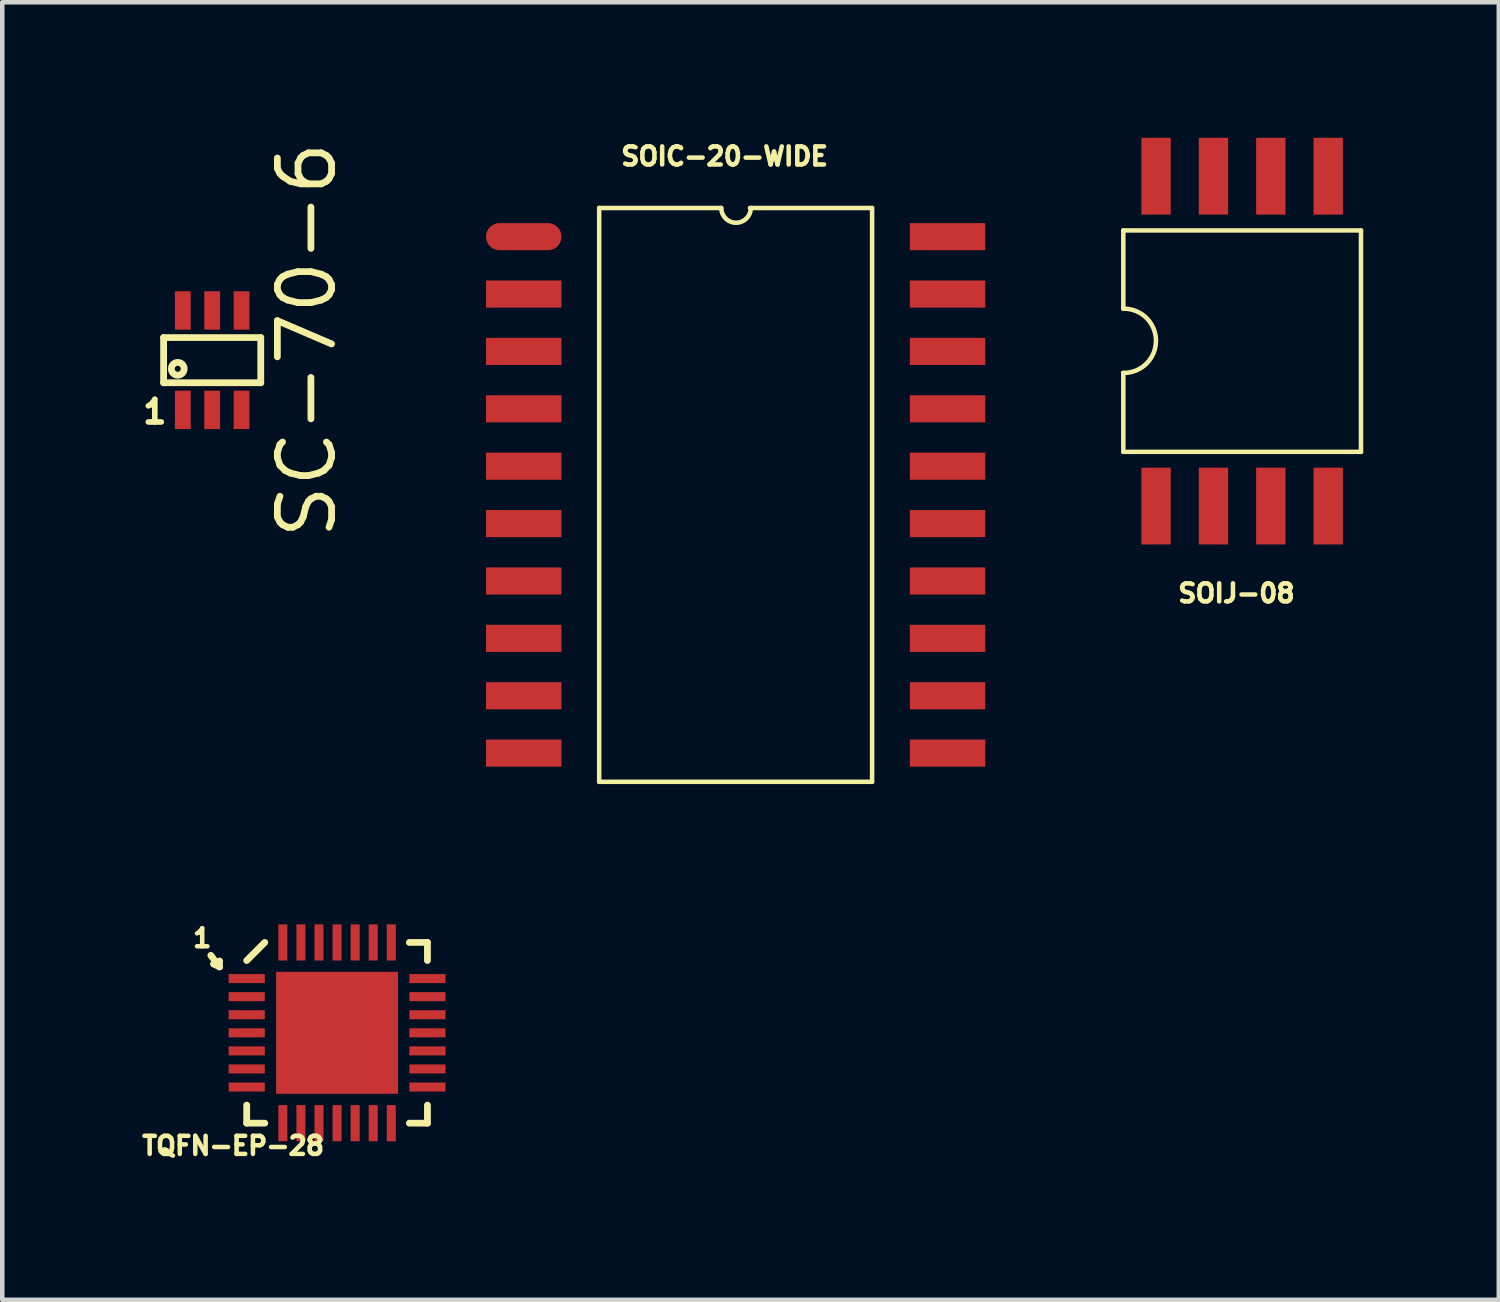
<source format=kicad_pcb>
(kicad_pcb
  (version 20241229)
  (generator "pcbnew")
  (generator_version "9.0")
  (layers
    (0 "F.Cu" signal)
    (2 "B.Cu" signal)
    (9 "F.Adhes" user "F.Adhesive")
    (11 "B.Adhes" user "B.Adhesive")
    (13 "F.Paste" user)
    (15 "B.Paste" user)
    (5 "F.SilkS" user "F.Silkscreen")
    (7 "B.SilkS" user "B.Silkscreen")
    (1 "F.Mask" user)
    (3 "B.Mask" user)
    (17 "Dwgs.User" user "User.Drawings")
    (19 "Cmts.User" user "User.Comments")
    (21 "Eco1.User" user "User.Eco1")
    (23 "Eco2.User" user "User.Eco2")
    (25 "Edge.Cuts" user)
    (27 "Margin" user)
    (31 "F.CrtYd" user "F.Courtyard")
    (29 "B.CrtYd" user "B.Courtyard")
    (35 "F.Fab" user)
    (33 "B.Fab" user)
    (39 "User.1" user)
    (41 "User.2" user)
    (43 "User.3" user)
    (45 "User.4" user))
  (footprint "SOIJ-08"
    (layer "F.Cu")
    (at 22.536 8.15)
    (property "Reference" "SOIJ-08" (at 1.778 1.93 0) (layer "F.SilkS") (effects (font (size 0.4 0.4) (thickness 0.1))))
    (attr through_hole)
    (fp_line (start -0.725 -6.1) (end 4.535 -6.1) (stroke (width 0.1) (type solid)) (layer "F.SilkS"))
    (fp_line (start -0.725 -4.369) (end -0.725 -6.1) (stroke (width 0.1) (type solid)) (layer "F.SilkS"))
    (fp_line (start -0.725 -1.2) (end -0.725 -2.946) (stroke (width 0.1) (type solid)) (layer "F.SilkS"))
    (fp_line (start -0.725 -1.2) (end 4.535 -1.2) (stroke (width 0.1) (type solid)) (layer "F.SilkS"))
    (fp_line (start 4.535 -1.2) (end 4.535 -6.1) (stroke (width 0.1) (type solid)) (layer "F.SilkS"))
    (fp_arc (start -0.725 -4.3688) (mid 0.00013 -3.655261) (end -0.729676 -2.946506) (stroke (width 0.1) (type solid)) (layer "F.SilkS"))
    (pad "1" smd rect (at 0 0) (size 0.65 1.7) (layers "F.Cu" "F.Mask" "F.Paste"))
    (pad "2" smd rect (at 1.27 0) (size 0.65 1.7) (layers "F.Cu" "F.Mask" "F.Paste"))
    (pad "3" smd rect (at 2.54 0) (size 0.65 1.7) (layers "F.Cu" "F.Mask" "F.Paste"))
    (pad "4" smd rect (at 3.81 0) (size 0.65 1.7) (layers "F.Cu" "F.Mask" "F.Paste"))
    (pad "5" smd rect (at 3.81 -7.3) (size 0.65 1.7) (layers "F.Cu" "F.Mask" "F.Paste"))
    (pad "6" smd rect (at 2.54 -7.3) (size 0.65 1.7) (layers "F.Cu" "F.Mask" "F.Paste"))
    (pad "7" smd rect (at 1.27 -7.3) (size 0.65 1.7) (layers "F.Cu" "F.Mask" "F.Paste"))
    (pad "8" smd rect (at 0 -7.3) (size 0.65 1.7) (layers "F.Cu" "F.Mask" "F.Paste")))
  (footprint "SC-70-6"
    (layer "F.Cu")
    (at 1.646 4.921)
    (property "Reference" "SC-70-6" (at 2.095 -0.445 90) (layer "F.SilkS") (effects (font (size 1.2 1.2) (thickness 0.15))))
    (attr through_hole)
    (fp_line (start -1.075 -0.5) (end -1.075 0.5) (stroke (width 0.15) (type solid)) (layer "F.SilkS"))
    (fp_line (start -1.075 -0.5) (end 1.075 -0.5) (stroke (width 0.15) (type solid)) (layer "F.SilkS"))
    (fp_line (start -1.075 0.5) (end 1.075 0.5) (stroke (width 0.15) (type solid)) (layer "F.SilkS"))
    (fp_line (start 1.075 0.5) (end 1.075 -0.5) (stroke (width 0.15) (type solid)) (layer "F.SilkS"))
    (fp_circle (center -0.762 0.191) (end -0.699 0.064) (stroke (width 0.15) (type solid)) (fill no) (layer "F.SilkS"))
    (fp_text user "1" (at -1.27 1.143 0) (layer "F.SilkS") (effects (font (size 0.5 0.5) (thickness 0.125))))
    (pad "1" smd rect (at -0.65 1.1) (size 0.35 0.85) (layers "F.Cu" "F.Mask" "F.Paste"))
    (pad "2" smd rect (at 0 1.1) (size 0.35 0.85) (layers "F.Cu" "F.Mask" "F.Paste"))
    (pad "3" smd rect (at 0.65 1.1) (size 0.35 0.85) (layers "F.Cu" "F.Mask" "F.Paste"))
    (pad "4" smd rect (at 0.65 -1.1) (size 0.35 0.85) (layers "F.Cu" "F.Mask" "F.Paste"))
    (pad "5" smd rect (at 0 -1.1) (size 0.35 0.85) (layers "F.Cu" "F.Mask" "F.Paste"))
    (pad "6" smd rect (at -0.65 -1.1) (size 0.35 0.85) (layers "F.Cu" "F.Mask" "F.Paste")))
  (footprint "SOIC-20-WIDE"
    (layer "F.Cu")
    (at 8.541 2.188)
    (property "Reference" "SOIC-20-WIDE" (at 4.445 -1.778 0) (layer "F.SilkS") (effects (font (size 0.4 0.4) (thickness 0.1))))
    (attr through_hole)
    (fp_line (start 1.67 -0.635) (end 4.372 -0.635) (stroke (width 0.1) (type solid)) (layer "F.SilkS"))
    (fp_line (start 1.67 12.065) (end 1.67 -0.635) (stroke (width 0.1) (type solid)) (layer "F.SilkS"))
    (fp_line (start 1.67 12.065) (end 7.71 12.065) (stroke (width 0.1) (type solid)) (layer "F.SilkS"))
    (fp_line (start 5.007 -0.635) (end 7.71 -0.635) (stroke (width 0.1) (type solid)) (layer "F.SilkS"))
    (fp_line (start 7.71 12.065) (end 7.71 -0.635) (stroke (width 0.1) (type solid)) (layer "F.SilkS"))
    (fp_arc (start 5.026 -0.635) (mid 4.699 -0.308) (end 4.372 -0.635) (stroke (width 0.1) (type solid)) (layer "F.SilkS"))
    (pad "1" smd oval (at 0 0) (size 1.67 0.6) (layers "F.Cu" "F.Mask" "F.Paste"))
    (pad "2" smd rect (at 0 1.27) (size 1.67 0.6) (layers "F.Cu" "F.Mask" "F.Paste"))
    (pad "3" smd rect (at 0 2.54) (size 1.67 0.6) (layers "F.Cu" "F.Mask" "F.Paste"))
    (pad "4" smd rect (at 0 3.81) (size 1.67 0.6) (layers "F.Cu" "F.Mask" "F.Paste"))
    (pad "5" smd rect (at 0 5.08) (size 1.67 0.6) (layers "F.Cu" "F.Mask" "F.Paste"))
    (pad "6" smd rect (at 0 6.35) (size 1.67 0.6) (layers "F.Cu" "F.Mask" "F.Paste"))
    (pad "7" smd rect (at 0 7.62) (size 1.67 0.6) (layers "F.Cu" "F.Mask" "F.Paste"))
    (pad "8" smd rect (at 0 8.89) (size 1.67 0.6) (layers "F.Cu" "F.Mask" "F.Paste"))
    (pad "9" smd rect (at 0 10.16) (size 1.67 0.6) (layers "F.Cu" "F.Mask" "F.Paste"))
    (pad "10" smd rect (at 0 11.43) (size 1.67 0.6) (layers "F.Cu" "F.Mask" "F.Paste"))
    (pad "11" smd rect (at 9.38 11.43) (size 1.67 0.6) (layers "F.Cu" "F.Mask" "F.Paste"))
    (pad "12" smd rect (at 9.38 10.16) (size 1.67 0.6) (layers "F.Cu" "F.Mask" "F.Paste"))
    (pad "13" smd rect (at 9.38 8.89) (size 1.67 0.6) (layers "F.Cu" "F.Mask" "F.Paste"))
    (pad "14" smd rect (at 9.38 7.62) (size 1.67 0.6) (layers "F.Cu" "F.Mask" "F.Paste"))
    (pad "15" smd rect (at 9.38 6.35) (size 1.67 0.6) (layers "F.Cu" "F.Mask" "F.Paste"))
    (pad "16" smd rect (at 9.38 5.08) (size 1.67 0.6) (layers "F.Cu" "F.Mask" "F.Paste"))
    (pad "17" smd rect (at 9.38 3.81) (size 1.67 0.6) (layers "F.Cu" "F.Mask" "F.Paste"))
    (pad "18" smd rect (at 9.38 2.54) (size 1.67 0.6) (layers "F.Cu" "F.Mask" "F.Paste"))
    (pad "19" smd rect (at 9.38 1.27) (size 1.67 0.6) (layers "F.Cu" "F.Mask" "F.Paste"))
    (pad "20" smd rect (at 9.38 0) (size 1.67 0.6) (layers "F.Cu" "F.Mask" "F.Paste")))
  (footprint "TQFN-EP-28"
    (layer "F.Cu")
    (at 4.41 19.808)
    (property "Reference" "TQFN-EP-28" (at -2.3 2.5 0) (layer "F.SilkS") (effects (font (size 0.4 0.4) (thickness 0.1))))
    (attr through_hole)
    (fp_line (start -2.794 -1.714) (end -2.603 -1.46) (stroke (width 0.15) (type solid)) (layer "F.SilkS"))
    (fp_line (start -2.731 -1.524) (end -2.603 -1.46) (stroke (width 0.15) (type solid)) (layer "F.SilkS"))
    (fp_line (start -2.603 -1.587) (end -2.731 -1.524) (stroke (width 0.15) (type solid)) (layer "F.SilkS"))
    (fp_line (start -2.603 -1.46) (end -2.603 -1.587) (stroke (width 0.15) (type solid)) (layer "F.SilkS"))
    (fp_line (start -2 -1.6) (end -1.6 -2) (stroke (width 0.15) (type solid)) (layer "F.SilkS"))
    (fp_line (start -2 2) (end -2 1.6) (stroke (width 0.15) (type solid)) (layer "F.SilkS"))
    (fp_line (start -1.6 2) (end -2 2) (stroke (width 0.15) (type solid)) (layer "F.SilkS"))
    (fp_line (start 1.6 -2) (end 2 -2) (stroke (width 0.15) (type solid)) (layer "F.SilkS"))
    (fp_line (start 1.6 2) (end 2 2) (stroke (width 0.15) (type solid)) (layer "F.SilkS"))
    (fp_line (start 2 -2) (end 2 -1.6) (stroke (width 0.15) (type solid)) (layer "F.SilkS"))
    (fp_line (start 2 2) (end 2 1.6) (stroke (width 0.15) (type solid)) (layer "F.SilkS"))
    (fp_text user "1" (at -2.985 -2.095 0) (layer "F.SilkS") (effects (font (size 0.4 0.4) (thickness 0.1))))
    (pad "1" smd rect (at -2 -1.2 90) (size 0.2 0.8) (layers "F.Cu" "F.Mask" "F.Paste"))
    (pad "2" smd rect (at -2 -0.8 90) (size 0.2 0.8) (layers "F.Cu" "F.Mask" "F.Paste"))
    (pad "3" smd rect (at -2 -0.4 90) (size 0.2 0.8) (layers "F.Cu" "F.Mask" "F.Paste"))
    (pad "4" smd rect (at -2 0 90) (size 0.2 0.8) (layers "F.Cu" "F.Mask" "F.Paste"))
    (pad "5" smd rect (at -2 0.4 90) (size 0.2 0.8) (layers "F.Cu" "F.Mask" "F.Paste"))
    (pad "6" smd rect (at -2 0.8 90) (size 0.2 0.8) (layers "F.Cu" "F.Mask" "F.Paste"))
    (pad "7" smd rect (at -2 1.2 90) (size 0.2 0.8) (layers "F.Cu" "F.Mask" "F.Paste"))
    (pad "8" smd rect (at -1.2 2) (size 0.2 0.8) (layers "F.Cu" "F.Mask" "F.Paste"))
    (pad "9" smd rect (at -0.8 2) (size 0.2 0.8) (layers "F.Cu" "F.Mask" "F.Paste"))
    (pad "10" smd rect (at -0.4 2) (size 0.2 0.8) (layers "F.Cu" "F.Mask" "F.Paste"))
    (pad "11" smd rect (at 0 2) (size 0.2 0.8) (layers "F.Cu" "F.Mask" "F.Paste"))
    (pad "12" smd rect (at 0.4 2) (size 0.2 0.8) (layers "F.Cu" "F.Mask" "F.Paste"))
    (pad "13" smd rect (at 0.8 2) (size 0.2 0.8) (layers "F.Cu" "F.Mask" "F.Paste"))
    (pad "14" smd rect (at 1.2 2) (size 0.2 0.8) (layers "F.Cu" "F.Mask" "F.Paste"))
    (pad "15" smd rect (at 2 1.2 90) (size 0.2 0.8) (layers "F.Cu" "F.Mask" "F.Paste"))
    (pad "16" smd rect (at 2 0.8 90) (size 0.2 0.8) (layers "F.Cu" "F.Mask" "F.Paste"))
    (pad "17" smd rect (at 2 0.4 90) (size 0.2 0.8) (layers "F.Cu" "F.Mask" "F.Paste"))
    (pad "18" smd rect (at 2 0 90) (size 0.2 0.8) (layers "F.Cu" "F.Mask" "F.Paste"))
    (pad "19" smd rect (at 2 -0.4 90) (size 0.2 0.8) (layers "F.Cu" "F.Mask" "F.Paste"))
    (pad "20" smd rect (at 2 -0.8 90) (size 0.2 0.8) (layers "F.Cu" "F.Mask" "F.Paste"))
    (pad "21" smd rect (at 2 -1.2 90) (size 0.2 0.8) (layers "F.Cu" "F.Mask" "F.Paste"))
    (pad "22" smd rect (at 1.2 -2) (size 0.2 0.8) (layers "F.Cu" "F.Mask" "F.Paste"))
    (pad "23" smd rect (at 0.8 -2) (size 0.2 0.8) (layers "F.Cu" "F.Mask" "F.Paste"))
    (pad "24" smd rect (at 0.4 -2) (size 0.2 0.8) (layers "F.Cu" "F.Mask" "F.Paste"))
    (pad "25" smd rect (at 0 -2) (size 0.2 0.8) (layers "F.Cu" "F.Mask" "F.Paste"))
    (pad "26" smd rect (at -0.4 -2) (size 0.2 0.8) (layers "F.Cu" "F.Mask" "F.Paste"))
    (pad "27" smd rect (at -0.8 -2) (size 0.2 0.8) (layers "F.Cu" "F.Mask" "F.Paste"))
    (pad "28" smd rect (at -1.2 -2) (size 0.2 0.8) (layers "F.Cu" "F.Mask" "F.Paste"))
    (pad "29" smd rect (at -0.675 -0.675 90) (size 1 1) (layers "F.Cu" "F.Paste"))
    (pad "29" smd rect (at -0.675 0.675 90) (size 1 1) (layers "F.Cu" "F.Paste"))
    (pad "29" smd rect (at 0 0 90) (size 2.7 2.7) (layers "F.Cu" "F.Mask"))
    (pad "29" smd rect (at 0.675 -0.675 90) (size 1 1) (layers "F.Cu" "F.Paste"))
    (pad "29" smd rect (at 0.675 0.675 90) (size 1 1) (layers "F.Cu" "F.Paste")))
  (gr_rect
    (start -3 -3)
    (end 30.121 25.717)
    (stroke (width 0.1) (type default))
    (fill no)
    (layer "Edge.Cuts")))
</source>
